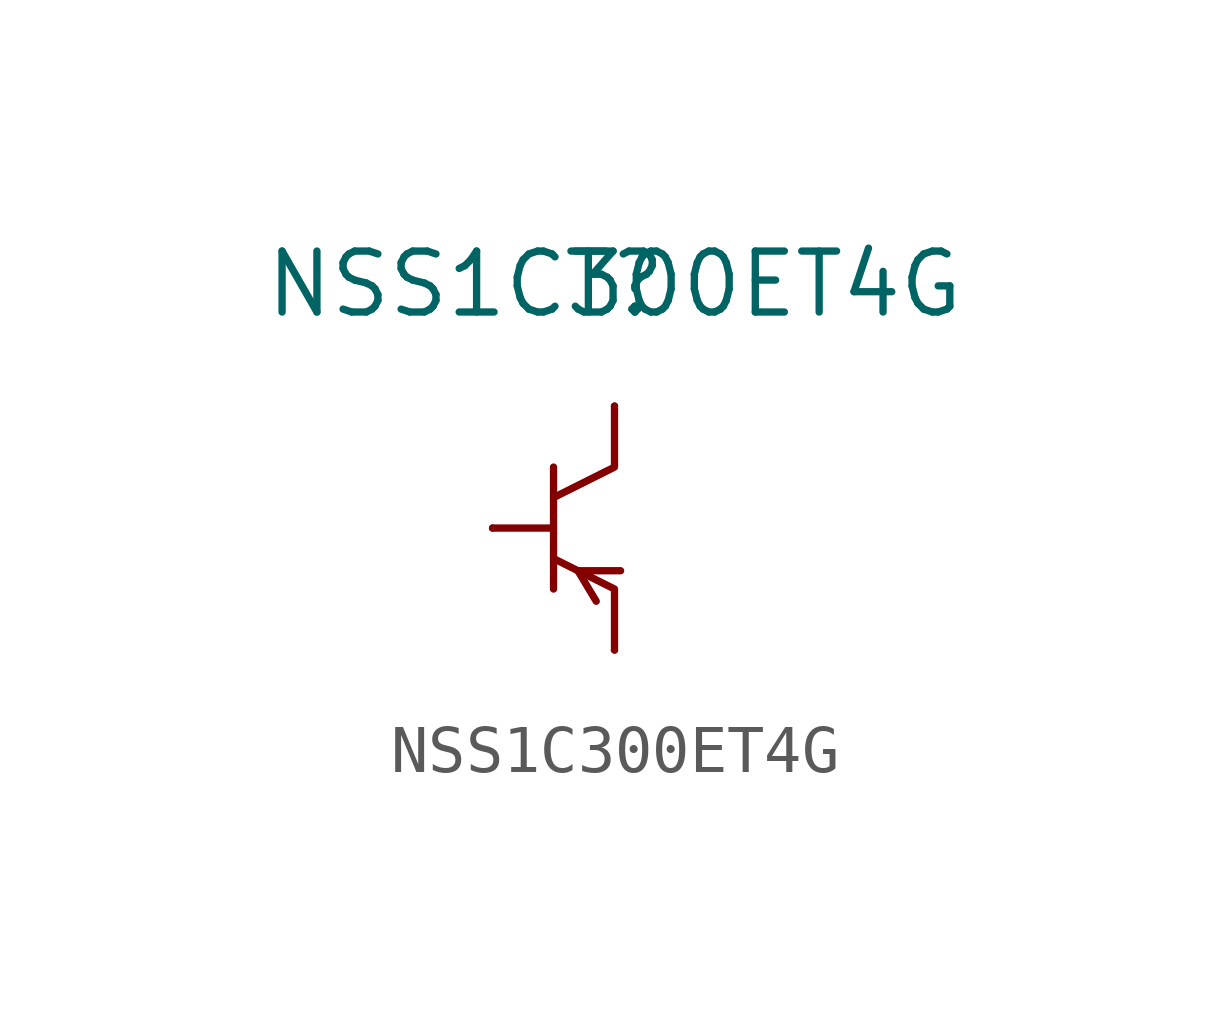
<source format=kicad_sym>
(kicad_symbol_lib
  (version 20220914)
  (generator kicad_symbol_editor)
  (symbol "NSS1C300ET4G"
    (pin_numbers hide)
    (pin_names
      (offset 1.016) hide)
    (property "Reference" "T"
      (at 2.54 5.08 0)
      (effects (font (size 1.27 1.27))))
    (property "Value" "NSS1C300ET4G"
      (at 2.54 5.08 0)
      (effects (font (size 1.27 1.27))))
    (symbol "NSS1C300ET4G_0_1"
      (polyline (pts (xy 0 0) (xy 1.27 0)) (stroke (width 0) (type solid)) (fill (type none)))
      (polyline (pts (xy 1.27 1.27) (xy 1.27 -1.27)) (stroke (width 0) (type solid)) (fill (type none)))
      (polyline (pts (xy 1.778 -0.889) (xy 2.159 -1.524)) (stroke (width 0) (type solid)) (fill (type none)))
      (polyline (pts (xy 1.778 -0.889) (xy 2.667 -0.889)) (stroke (width 0) (type solid)) (fill (type none)))
      (polyline (pts (xy 2.54 -2.54) (xy 2.54 -1.27) (xy 1.27 -0.635)) (stroke (width 0) (type solid)) (fill (type none)))
      (polyline (pts (xy 2.54 2.54) (xy 2.54 1.27) (xy 1.27 0.635)) (stroke (width 0) (type solid)) (fill (type none))))
    (symbol "NSS1C300ET4G_1_1"
      (pin input line (at 0 0 0) (length 0) (name "B" (effects (font (size 1.27 1.27)))) (number "1" (effects (font (size 1.27 1.27)))))
      (pin passive line (at 2.54 -2.54 180) (length 0) (name "E" (effects (font (size 1.27 1.27)))) (number "3" (effects (font (size 1.27 1.27)))))
      (pin passive line (at 2.54 2.54 0) (length 0) (name "C" (effects (font (size 1.27 1.27)))) (number "4" (effects (font (size 1.27 1.27))))))))
</source>
